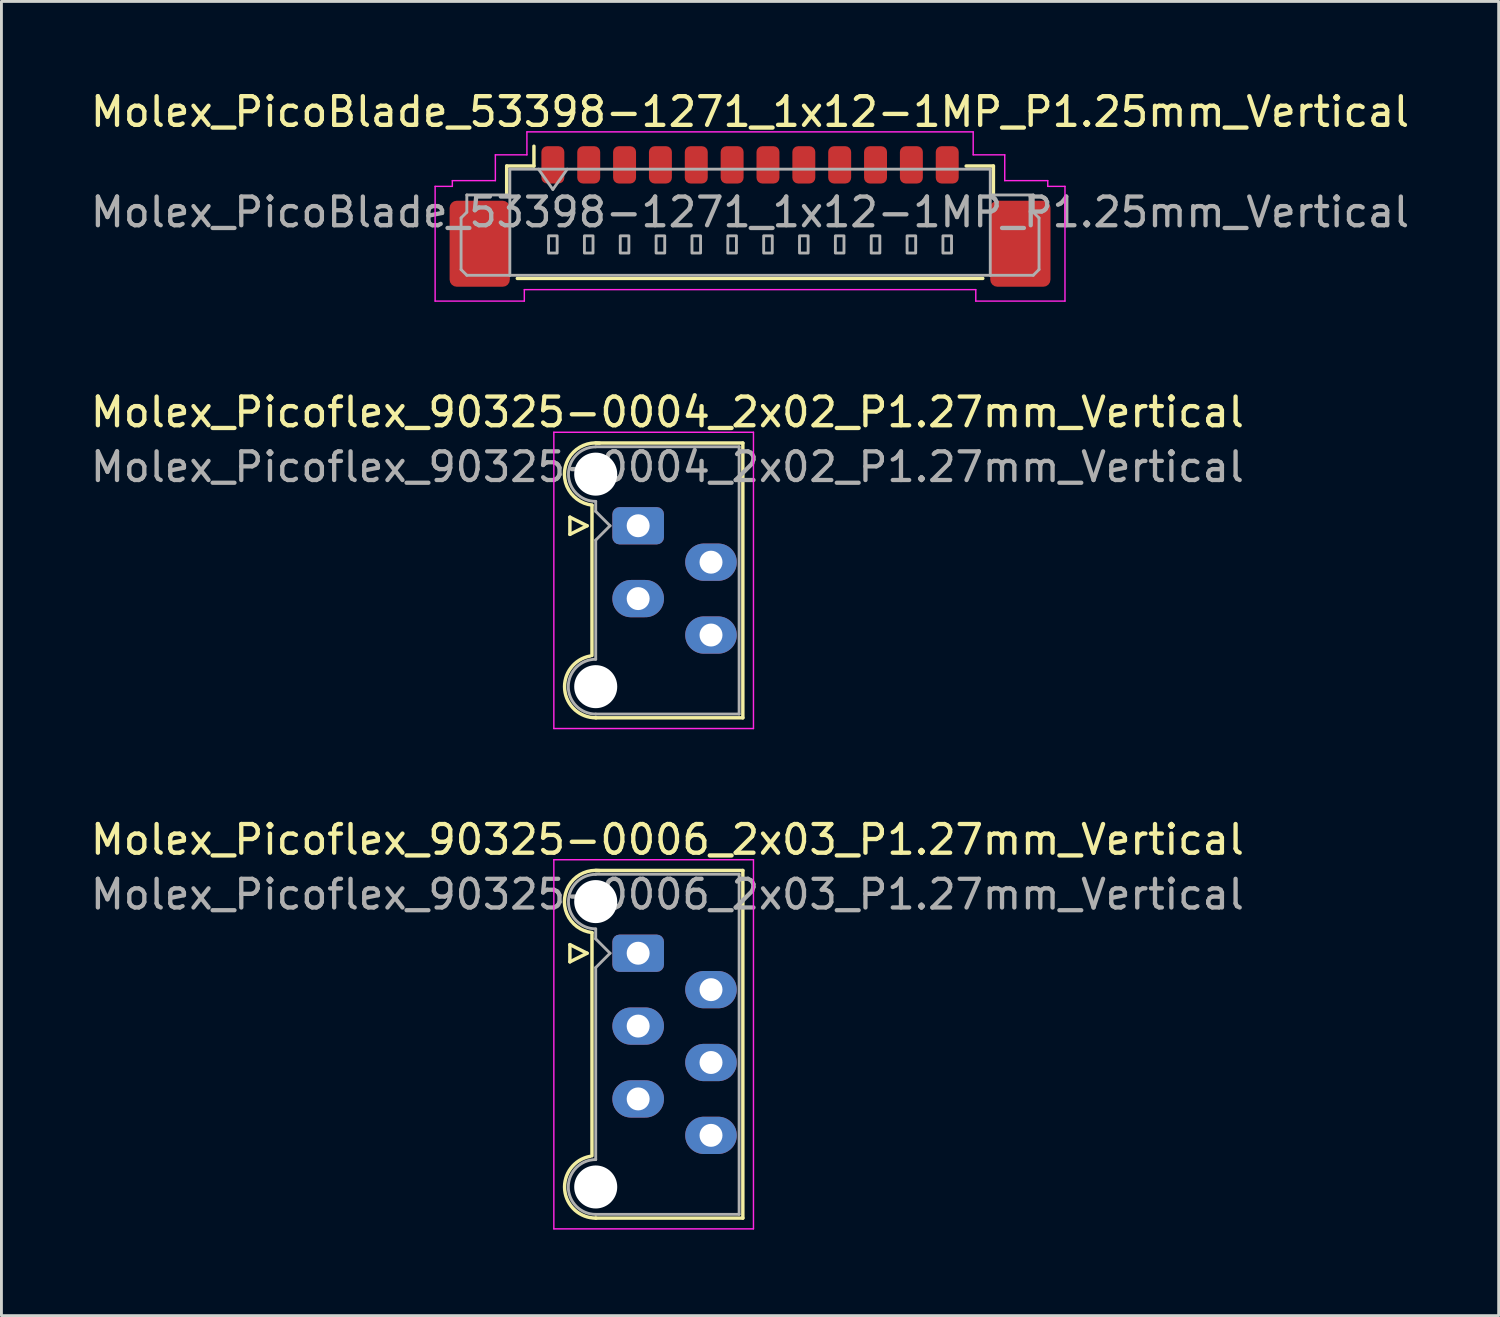
<source format=kicad_pcb>
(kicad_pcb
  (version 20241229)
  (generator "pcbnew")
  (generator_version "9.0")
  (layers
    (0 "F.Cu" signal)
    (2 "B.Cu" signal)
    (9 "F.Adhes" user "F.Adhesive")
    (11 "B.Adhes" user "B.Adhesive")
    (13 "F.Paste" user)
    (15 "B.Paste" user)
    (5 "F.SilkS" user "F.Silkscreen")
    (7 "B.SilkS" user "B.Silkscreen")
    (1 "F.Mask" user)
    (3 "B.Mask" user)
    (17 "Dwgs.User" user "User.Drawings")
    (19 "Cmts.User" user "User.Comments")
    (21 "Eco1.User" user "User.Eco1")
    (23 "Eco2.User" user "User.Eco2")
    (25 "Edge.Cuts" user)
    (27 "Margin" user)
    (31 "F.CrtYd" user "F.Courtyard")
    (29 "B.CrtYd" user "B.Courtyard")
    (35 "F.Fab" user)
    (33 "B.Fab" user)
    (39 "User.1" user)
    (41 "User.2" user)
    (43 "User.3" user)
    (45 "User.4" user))
  (footprint "Molex_Picoflex_90325-0006_2x03_P1.27mm_Vertical"
    (layer "F.Cu")
    (at 19.2 30.185)
    (property "Reference" "Molex_Picoflex_90325-0006_2x03_P1.27mm_Vertical" (at 1.02 -3.96 0) (layer "F.SilkS") (effects (font (size 1 1) (thickness 0.15))))
    (attr through_hole)
    (fp_line (start -2.38 -0.3) (end -2.38 0.3) (stroke (width 0.12) (type solid)) (layer "F.SilkS"))
    (fp_line (start -2.38 0.3) (end -1.78 0) (stroke (width 0.12) (type solid)) (layer "F.SilkS"))
    (fp_line (start -1.78 0) (end -2.38 -0.3) (stroke (width 0.12) (type solid)) (layer "F.SilkS"))
    (fp_line (start -1.61 -0.715) (end -1.61 7.065) (stroke (width 0.12) (type solid)) (layer "F.SilkS"))
    (fp_line (start -1.48 -2.885) (end 3.65 -2.885) (stroke (width 0.12) (type solid)) (layer "F.SilkS"))
    (fp_line (start 3.65 -2.885) (end 3.65 9.235) (stroke (width 0.12) (type solid)) (layer "F.SilkS"))
    (fp_line (start 3.65 9.235) (end -1.48 9.235) (stroke (width 0.12) (type solid)) (layer "F.SilkS"))
    (fp_arc (start -1.61 -0.72) (mid -2.56 -1.93) (end -1.35 -2.88) (stroke (width 0.12) (type solid)) (layer "F.SilkS"))
    (fp_arc (start -1.47 9.235) (mid -2.56 8.254526) (end -1.678256 7.08322) (stroke (width 0.12) (type solid)) (layer "F.SilkS"))
    (fp_line (start -2.94 -3.26) (end -2.94 9.61) (stroke (width 0.05) (type solid)) (layer "F.CrtYd"))
    (fp_line (start -2.94 9.61) (end 4.02 9.61) (stroke (width 0.05) (type solid)) (layer "F.CrtYd"))
    (fp_line (start 4.02 -3.26) (end -2.94 -3.26) (stroke (width 0.05) (type solid)) (layer "F.CrtYd"))
    (fp_line (start 4.02 9.61) (end 4.02 -3.26) (stroke (width 0.05) (type solid)) (layer "F.CrtYd"))
    (fp_line (start -1.48 -2.755) (end 3.52 -2.755) (stroke (width 0.1) (type solid)) (layer "F.Fab"))
    (fp_line (start -1.48 -0.845) (end -1.48 -0.5) (stroke (width 0.1) (type solid)) (layer "F.Fab"))
    (fp_line (start -1.48 -0.5) (end -0.98 0) (stroke (width 0.1) (type solid)) (layer "F.Fab"))
    (fp_line (start -1.48 0.5) (end -1.48 7.195) (stroke (width 0.1) (type solid)) (layer "F.Fab"))
    (fp_line (start -0.98 0) (end -1.48 0.5) (stroke (width 0.1) (type solid)) (layer "F.Fab"))
    (fp_line (start 3.52 -2.755) (end 3.52 9.105) (stroke (width 0.1) (type solid)) (layer "F.Fab"))
    (fp_line (start 3.52 9.105) (end -1.48 9.105) (stroke (width 0.1) (type solid)) (layer "F.Fab"))
    (fp_arc (start -1.48 -0.85) (mid -2.43 -1.8) (end -1.48 -2.75) (stroke (width 0.1) (type solid)) (layer "F.Fab"))
    (fp_arc (start -1.48 9.105) (mid -2.435 8.15) (end -1.48 7.195) (stroke (width 0.1) (type solid)) (layer "F.Fab"))
    (fp_text user "${REFERENCE}" (at 1.02 -2.05 0) (layer "F.Fab") (effects (font (size 1 1) (thickness 0.15))))
    (pad "" np_thru_hole circle (at -1.48 -1.8) (size 1.5 1.5) (drill 1.5) (layers "*.Cu" "*.Mask"))
    (pad "" np_thru_hole circle (at -1.48 8.15) (size 1.5 1.5) (drill 1.5) (layers "*.Cu" "*.Mask"))
    (pad "1" thru_hole roundrect (at 0 0) (size 1.8 1.3) (drill 0.8) (layers "*.Cu" "*.Mask") (roundrect_rratio 0.192))
    (pad "2" thru_hole oval (at 2.54 1.27) (size 1.8 1.3) (drill 0.8) (layers "*.Cu" "*.Mask"))
    (pad "3" thru_hole oval (at 0 2.54) (size 1.8 1.3) (drill 0.8) (layers "*.Cu" "*.Mask"))
    (pad "4" thru_hole oval (at 2.54 3.81) (size 1.8 1.3) (drill 0.8) (layers "*.Cu" "*.Mask"))
    (pad "5" thru_hole oval (at 0 5.08) (size 1.8 1.3) (drill 0.8) (layers "*.Cu" "*.Mask"))
    (pad "6" thru_hole oval (at 2.54 6.35) (size 1.8 1.3) (drill 0.8) (layers "*.Cu" "*.Mask")))
  (footprint "Molex_Picoflex_90325-0004_2x02_P1.27mm_Vertical"
    (layer "F.Cu")
    (at 19.2 15.281)
    (property "Reference" "Molex_Picoflex_90325-0004_2x02_P1.27mm_Vertical" (at 1.02 -3.96 0) (layer "F.SilkS") (effects (font (size 1 1) (thickness 0.15))))
    (attr through_hole)
    (fp_line (start -2.38 -0.3) (end -2.38 0.3) (stroke (width 0.12) (type solid)) (layer "F.SilkS"))
    (fp_line (start -2.38 0.3) (end -1.78 0) (stroke (width 0.12) (type solid)) (layer "F.SilkS"))
    (fp_line (start -1.78 0) (end -2.38 -0.3) (stroke (width 0.12) (type solid)) (layer "F.SilkS"))
    (fp_line (start -1.61 -0.715) (end -1.61 4.525) (stroke (width 0.12) (type solid)) (layer "F.SilkS"))
    (fp_line (start -1.48 -2.885) (end 3.65 -2.885) (stroke (width 0.12) (type solid)) (layer "F.SilkS"))
    (fp_line (start 3.65 -2.885) (end 3.65 6.695) (stroke (width 0.12) (type solid)) (layer "F.SilkS"))
    (fp_line (start 3.65 6.695) (end -1.48 6.695) (stroke (width 0.12) (type solid)) (layer "F.SilkS"))
    (fp_arc (start -1.61 -0.72) (mid -2.56 -1.93) (end -1.35 -2.88) (stroke (width 0.12) (type solid)) (layer "F.SilkS"))
    (fp_arc (start -1.47 6.695) (mid -2.56 5.714526) (end -1.678256 4.54322) (stroke (width 0.12) (type solid)) (layer "F.SilkS"))
    (fp_line (start -2.94 -3.26) (end -2.94 7.07) (stroke (width 0.05) (type solid)) (layer "F.CrtYd"))
    (fp_line (start -2.94 7.07) (end 4.02 7.07) (stroke (width 0.05) (type solid)) (layer "F.CrtYd"))
    (fp_line (start 4.02 -3.26) (end -2.94 -3.26) (stroke (width 0.05) (type solid)) (layer "F.CrtYd"))
    (fp_line (start 4.02 7.07) (end 4.02 -3.26) (stroke (width 0.05) (type solid)) (layer "F.CrtYd"))
    (fp_line (start -1.48 -2.755) (end 3.52 -2.755) (stroke (width 0.1) (type solid)) (layer "F.Fab"))
    (fp_line (start -1.48 -0.845) (end -1.48 -0.5) (stroke (width 0.1) (type solid)) (layer "F.Fab"))
    (fp_line (start -1.48 -0.5) (end -0.98 0) (stroke (width 0.1) (type solid)) (layer "F.Fab"))
    (fp_line (start -1.48 0.5) (end -1.48 4.655) (stroke (width 0.1) (type solid)) (layer "F.Fab"))
    (fp_line (start -0.98 0) (end -1.48 0.5) (stroke (width 0.1) (type solid)) (layer "F.Fab"))
    (fp_line (start 3.52 -2.755) (end 3.52 6.565) (stroke (width 0.1) (type solid)) (layer "F.Fab"))
    (fp_line (start 3.52 6.565) (end -1.48 6.565) (stroke (width 0.1) (type solid)) (layer "F.Fab"))
    (fp_arc (start -1.48 -0.85) (mid -2.43 -1.8) (end -1.48 -2.75) (stroke (width 0.1) (type solid)) (layer "F.Fab"))
    (fp_arc (start -1.48 6.565) (mid -2.435 5.61) (end -1.48 4.655) (stroke (width 0.1) (type solid)) (layer "F.Fab"))
    (fp_text user "${REFERENCE}" (at 1.02 -2.05 0) (layer "F.Fab") (effects (font (size 1 1) (thickness 0.15))))
    (pad "" np_thru_hole circle (at -1.48 -1.8) (size 1.5 1.5) (drill 1.5) (layers "*.Cu" "*.Mask"))
    (pad "" np_thru_hole circle (at -1.48 5.61) (size 1.5 1.5) (drill 1.5) (layers "*.Cu" "*.Mask"))
    (pad "1" thru_hole roundrect (at 0 0) (size 1.8 1.3) (drill 0.8) (layers "*.Cu" "*.Mask") (roundrect_rratio 0.192))
    (pad "2" thru_hole oval (at 2.54 1.27) (size 1.8 1.3) (drill 0.8) (layers "*.Cu" "*.Mask"))
    (pad "3" thru_hole oval (at 0 2.54) (size 1.8 1.3) (drill 0.8) (layers "*.Cu" "*.Mask"))
    (pad "4" thru_hole oval (at 2.54 3.81) (size 1.8 1.3) (drill 0.8) (layers "*.Cu" "*.Mask")))
  (footprint "Molex_PicoBlade_53398-1271_1x12-1MP_P1.25mm_Vertical"
    (layer "F.Cu")
    (at 23.101 3.948)
    (property "Reference" "Molex_PicoBlade_53398-1271_1x12-1MP_P1.25mm_Vertical" (at 0 -3.1 0) (layer "F.SilkS") (effects (font (size 1 1) (thickness 0.15))))
    (attr smd)
    (fp_line (start -8.485 -1.21) (end -7.535 -1.21) (stroke (width 0.12) (type solid)) (layer "F.SilkS"))
    (fp_line (start -8.485 -0.26) (end -8.485 -1.21) (stroke (width 0.12) (type solid)) (layer "F.SilkS"))
    (fp_line (start -8.115 2.71) (end 8.115 2.71) (stroke (width 0.12) (type solid)) (layer "F.SilkS"))
    (fp_line (start -7.535 -1.21) (end -7.535 -1.9) (stroke (width 0.12) (type solid)) (layer "F.SilkS"))
    (fp_line (start 8.485 -1.21) (end 7.535 -1.21) (stroke (width 0.12) (type solid)) (layer "F.SilkS"))
    (fp_line (start 8.485 -0.26) (end 8.485 -1.21) (stroke (width 0.12) (type solid)) (layer "F.SilkS"))
    (fp_line (start -10.98 -0.5) (end -10.38 -0.5) (stroke (width 0.05) (type solid)) (layer "F.CrtYd"))
    (fp_line (start -10.98 3.5) (end -10.98 -0.5) (stroke (width 0.05) (type solid)) (layer "F.CrtYd"))
    (fp_line (start -10.38 -0.7) (end -8.88 -0.7) (stroke (width 0.05) (type solid)) (layer "F.CrtYd"))
    (fp_line (start -10.38 -0.5) (end -10.38 -0.7) (stroke (width 0.05) (type solid)) (layer "F.CrtYd"))
    (fp_line (start -8.88 -1.6) (end -7.78 -1.6) (stroke (width 0.05) (type solid)) (layer "F.CrtYd"))
    (fp_line (start -8.88 -0.7) (end -8.88 -1.6) (stroke (width 0.05) (type solid)) (layer "F.CrtYd"))
    (fp_line (start -7.87 3.1) (end -7.87 3.5) (stroke (width 0.05) (type solid)) (layer "F.CrtYd"))
    (fp_line (start -7.87 3.5) (end -10.98 3.5) (stroke (width 0.05) (type solid)) (layer "F.CrtYd"))
    (fp_line (start -7.78 -2.4) (end 7.78 -2.4) (stroke (width 0.05) (type solid)) (layer "F.CrtYd"))
    (fp_line (start -7.78 -1.6) (end -7.78 -2.4) (stroke (width 0.05) (type solid)) (layer "F.CrtYd"))
    (fp_line (start 7.78 -2.4) (end 7.78 -1.6) (stroke (width 0.05) (type solid)) (layer "F.CrtYd"))
    (fp_line (start 7.78 -1.6) (end 8.88 -1.6) (stroke (width 0.05) (type solid)) (layer "F.CrtYd"))
    (fp_line (start 7.87 3.1) (end -7.87 3.1) (stroke (width 0.05) (type solid)) (layer "F.CrtYd"))
    (fp_line (start 7.87 3.5) (end 7.87 3.1) (stroke (width 0.05) (type solid)) (layer "F.CrtYd"))
    (fp_line (start 8.88 -1.6) (end 8.88 -0.7) (stroke (width 0.05) (type solid)) (layer "F.CrtYd"))
    (fp_line (start 8.88 -0.7) (end 10.38 -0.7) (stroke (width 0.05) (type solid)) (layer "F.CrtYd"))
    (fp_line (start 10.38 -0.7) (end 10.38 -0.5) (stroke (width 0.05) (type solid)) (layer "F.CrtYd"))
    (fp_line (start 10.38 -0.5) (end 10.98 -0.5) (stroke (width 0.05) (type solid)) (layer "F.CrtYd"))
    (fp_line (start 10.98 -0.5) (end 10.98 3.5) (stroke (width 0.05) (type solid)) (layer "F.CrtYd"))
    (fp_line (start 10.98 3.5) (end 7.87 3.5) (stroke (width 0.05) (type solid)) (layer "F.CrtYd"))
    (fp_line (start -10.075 0.6) (end -9.875 0.4) (stroke (width 0.1) (type solid)) (layer "F.Fab"))
    (fp_line (start -10.075 2.4) (end -10.075 0.6) (stroke (width 0.1) (type solid)) (layer "F.Fab"))
    (fp_line (start -9.875 -0.2) (end -8.375 -0.2) (stroke (width 0.1) (type solid)) (layer "F.Fab"))
    (fp_line (start -9.875 0.4) (end -9.875 -0.2) (stroke (width 0.1) (type solid)) (layer "F.Fab"))
    (fp_line (start -9.875 2.6) (end -10.075 2.4) (stroke (width 0.1) (type solid)) (layer "F.Fab"))
    (fp_line (start -8.375 -1.1) (end -8.375 2.6) (stroke (width 0.1) (type solid)) (layer "F.Fab"))
    (fp_line (start -8.375 -1.1) (end 8.375 -1.1) (stroke (width 0.1) (type solid)) (layer "F.Fab"))
    (fp_line (start -8.375 2.6) (end -9.875 2.6) (stroke (width 0.1) (type solid)) (layer "F.Fab"))
    (fp_line (start -8.375 2.6) (end 8.375 2.6) (stroke (width 0.1) (type solid)) (layer "F.Fab"))
    (fp_line (start -7.375 -1.1) (end -6.875 -0.393) (stroke (width 0.1) (type solid)) (layer "F.Fab"))
    (fp_line (start -6.875 -0.393) (end -6.375 -1.1) (stroke (width 0.1) (type solid)) (layer "F.Fab"))
    (fp_line (start 8.375 -1.1) (end 8.375 2.6) (stroke (width 0.1) (type solid)) (layer "F.Fab"))
    (fp_line (start 8.375 2.6) (end 9.875 2.6) (stroke (width 0.1) (type solid)) (layer "F.Fab"))
    (fp_line (start 9.875 -0.2) (end 8.375 -0.2) (stroke (width 0.1) (type solid)) (layer "F.Fab"))
    (fp_line (start 9.875 0.4) (end 9.875 -0.2) (stroke (width 0.1) (type solid)) (layer "F.Fab"))
    (fp_line (start 9.875 2.6) (end 10.075 2.4) (stroke (width 0.1) (type solid)) (layer "F.Fab"))
    (fp_line (start 10.075 0.6) (end 9.875 0.4) (stroke (width 0.1) (type solid)) (layer "F.Fab"))
    (fp_line (start 10.075 2.4) (end 10.075 0.6) (stroke (width 0.1) (type solid)) (layer "F.Fab"))
    (fp_rect (start -7.025 1.225) (end -6.725 1.825) (stroke (width 0.1) (type solid)) (fill no) (layer "F.Fab"))
    (fp_rect (start -5.775 1.225) (end -5.475 1.825) (stroke (width 0.1) (type solid)) (fill no) (layer "F.Fab"))
    (fp_rect (start -4.525 1.225) (end -4.225 1.825) (stroke (width 0.1) (type solid)) (fill no) (layer "F.Fab"))
    (fp_rect (start -3.275 1.225) (end -2.975 1.825) (stroke (width 0.1) (type solid)) (fill no) (layer "F.Fab"))
    (fp_rect (start -2.025 1.225) (end -1.725 1.825) (stroke (width 0.1) (type solid)) (fill no) (layer "F.Fab"))
    (fp_rect (start -0.775 1.225) (end -0.475 1.825) (stroke (width 0.1) (type solid)) (fill no) (layer "F.Fab"))
    (fp_rect (start 0.475 1.225) (end 0.775 1.825) (stroke (width 0.1) (type solid)) (fill no) (layer "F.Fab"))
    (fp_rect (start 1.725 1.225) (end 2.025 1.825) (stroke (width 0.1) (type solid)) (fill no) (layer "F.Fab"))
    (fp_rect (start 2.975 1.225) (end 3.275 1.825) (stroke (width 0.1) (type solid)) (fill no) (layer "F.Fab"))
    (fp_rect (start 4.225 1.225) (end 4.525 1.825) (stroke (width 0.1) (type solid)) (fill no) (layer "F.Fab"))
    (fp_rect (start 5.475 1.225) (end 5.775 1.825) (stroke (width 0.1) (type solid)) (fill no) (layer "F.Fab"))
    (fp_rect (start 6.725 1.225) (end 7.025 1.825) (stroke (width 0.1) (type solid)) (fill no) (layer "F.Fab"))
    (fp_text user "${REFERENCE}" (at 0 0.4 0) (layer "F.Fab") (effects (font (size 1 1) (thickness 0.15))))
    (pad "1" smd roundrect (at -6.875 -1.25) (size 0.8 1.3) (layers "F.Cu" "F.Mask" "F.Paste") (roundrect_rratio 0.25))
    (pad "2" smd roundrect (at -5.625 -1.25) (size 0.8 1.3) (layers "F.Cu" "F.Mask" "F.Paste") (roundrect_rratio 0.25))
    (pad "3" smd roundrect (at -4.375 -1.25) (size 0.8 1.3) (layers "F.Cu" "F.Mask" "F.Paste") (roundrect_rratio 0.25))
    (pad "4" smd roundrect (at -3.125 -1.25) (size 0.8 1.3) (layers "F.Cu" "F.Mask" "F.Paste") (roundrect_rratio 0.25))
    (pad "5" smd roundrect (at -1.875 -1.25) (size 0.8 1.3) (layers "F.Cu" "F.Mask" "F.Paste") (roundrect_rratio 0.25))
    (pad "6" smd roundrect (at -0.625 -1.25) (size 0.8 1.3) (layers "F.Cu" "F.Mask" "F.Paste") (roundrect_rratio 0.25))
    (pad "7" smd roundrect (at 0.625 -1.25) (size 0.8 1.3) (layers "F.Cu" "F.Mask" "F.Paste") (roundrect_rratio 0.25))
    (pad "8" smd roundrect (at 1.875 -1.25) (size 0.8 1.3) (layers "F.Cu" "F.Mask" "F.Paste") (roundrect_rratio 0.25))
    (pad "9" smd roundrect (at 3.125 -1.25) (size 0.8 1.3) (layers "F.Cu" "F.Mask" "F.Paste") (roundrect_rratio 0.25))
    (pad "10" smd roundrect (at 4.375 -1.25) (size 0.8 1.3) (layers "F.Cu" "F.Mask" "F.Paste") (roundrect_rratio 0.25))
    (pad "11" smd roundrect (at 5.625 -1.25) (size 0.8 1.3) (layers "F.Cu" "F.Mask" "F.Paste") (roundrect_rratio 0.25))
    (pad "12" smd roundrect (at 6.875 -1.25) (size 0.8 1.3) (layers "F.Cu" "F.Mask" "F.Paste") (roundrect_rratio 0.25))
    (pad "MP" smd roundrect (at -9.425 1.5) (size 2.1 3) (layers "F.Cu" "F.Mask" "F.Paste") (roundrect_rratio 0.119))
    (pad "MP" smd roundrect (at 9.425 1.5) (size 2.1 3) (layers "F.Cu" "F.Mask" "F.Paste") (roundrect_rratio 0.119)))
  (gr_rect
    (start -3 -3)
    (end 49.202 42.82)
    (stroke (width 0.1) (type default))
    (fill no)
    (layer "Edge.Cuts")))
</source>
